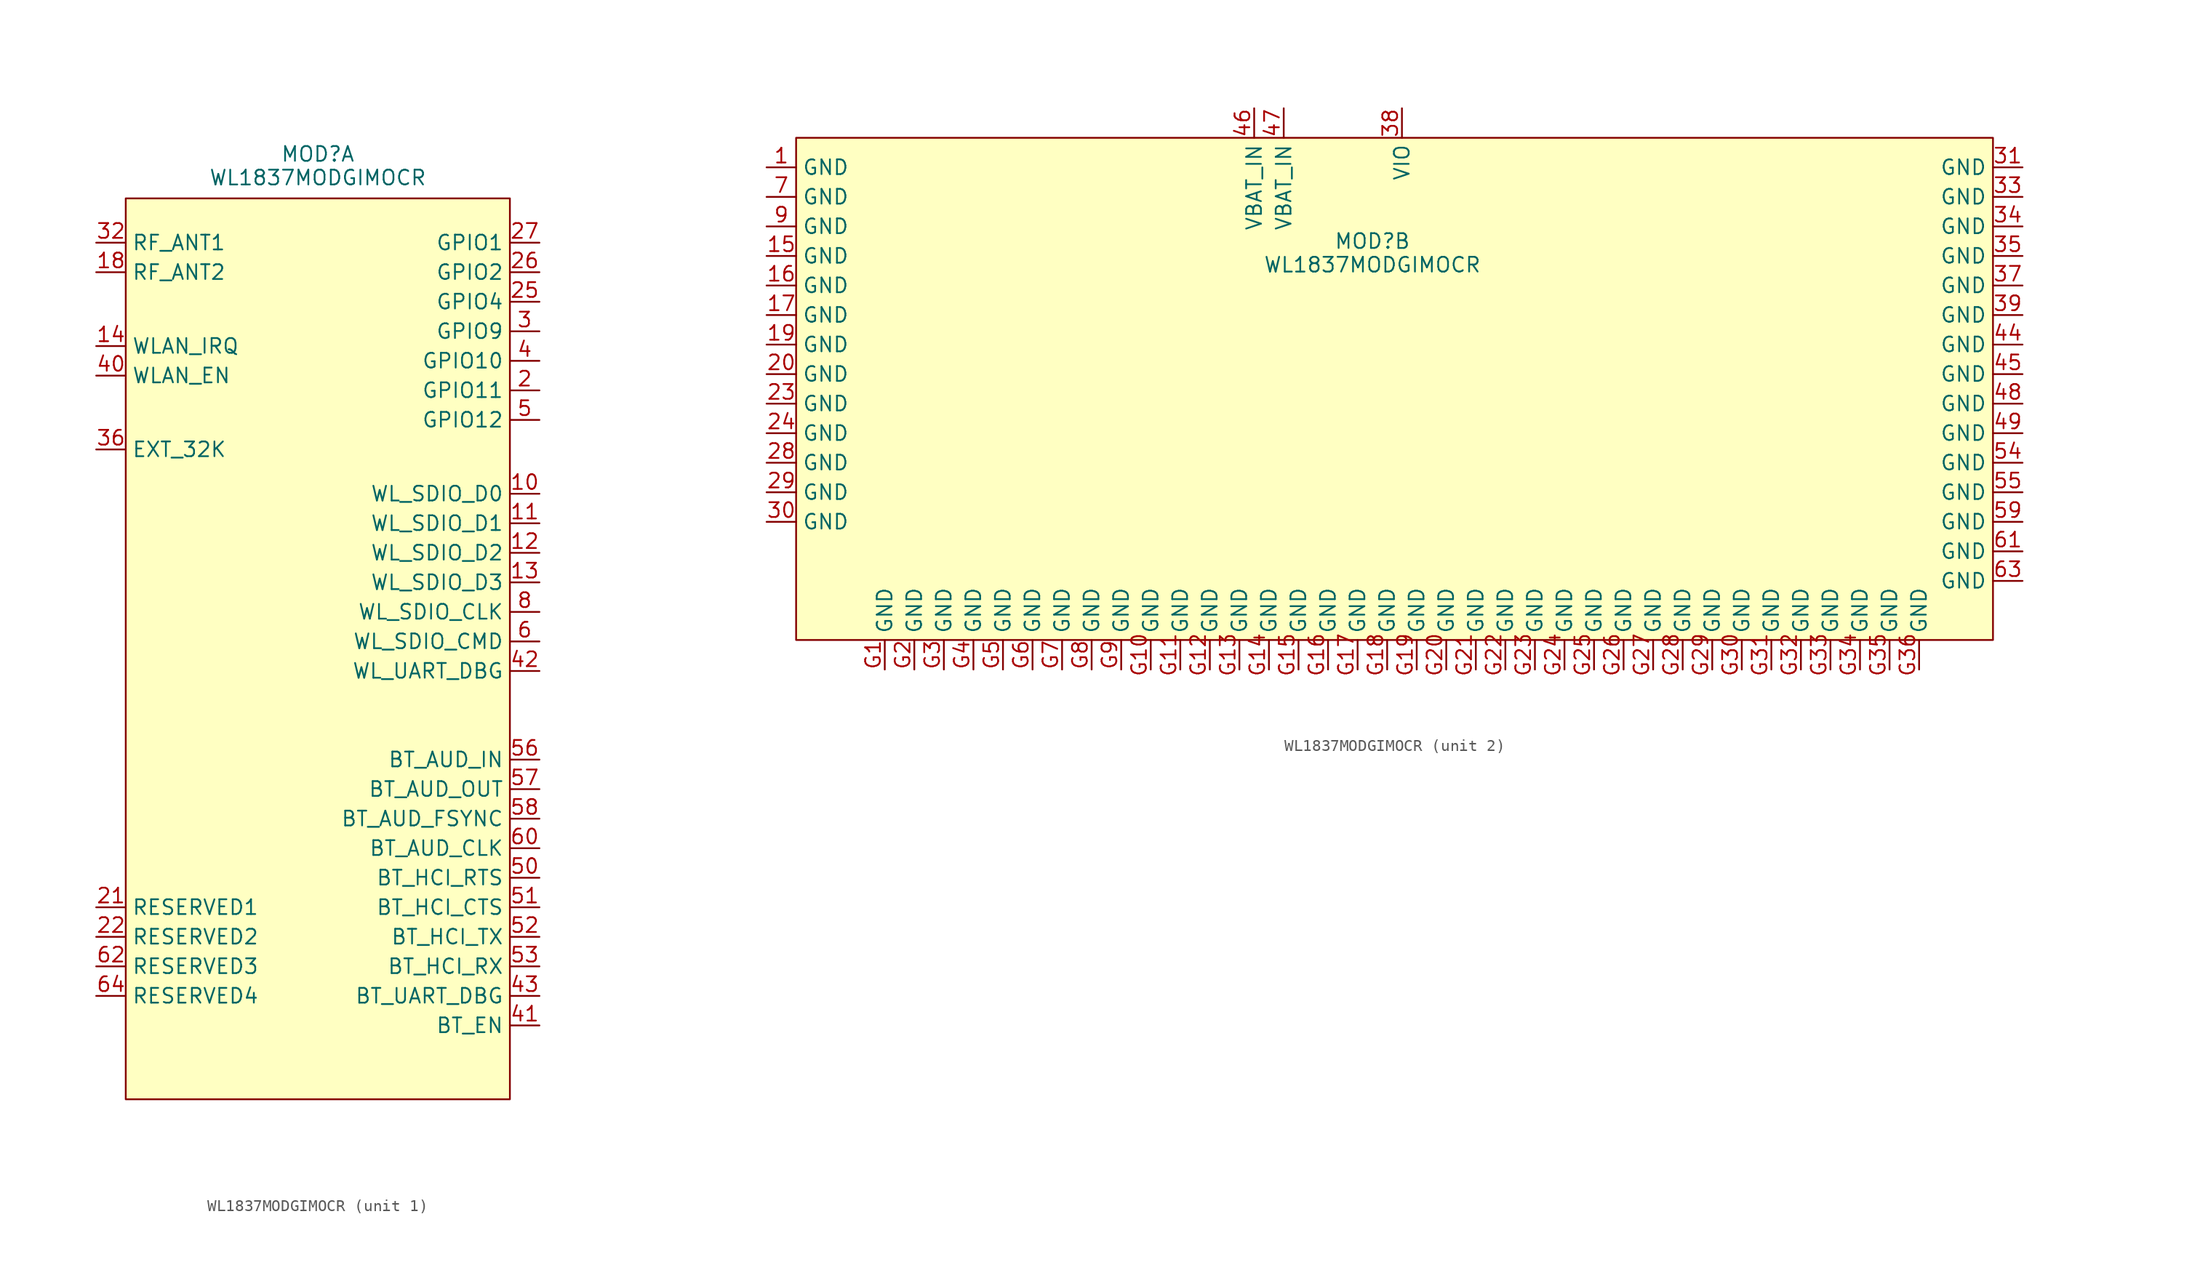
<source format=kicad_sym>
(kicad_symbol_lib
  (version 20241209)
  (generator "kicad_symbol_editor")
  (generator_version "9.0")
  (symbol "WL1837MODGIMOCR"
    (property "Reference" "MOD"
      (at 0 0 0)
      (effects (font (size 1.27 1.27))))
    (property "Value" "WL1837MODGIMOCR"
      (at 0 -2.032 0)
      (effects (font (size 1.27 1.27))))
    (property "ki_locked" ""
      (at 0 0 0)
      (effects (font (size 1.27 1.27))))
    (symbol "WL1837MODGIMOCR_1_0"
      (pin passive line (at -19.05 -7.62 0) (length 2.54) (name "RF_ANT1" (effects (font (size 1.27 1.27)))) (number "32" (effects (font (size 1.27 1.27)))))
      (pin passive line (at -19.05 -10.16 0) (length 2.54) (name "RF_ANT2" (effects (font (size 1.27 1.27)))) (number "18" (effects (font (size 1.27 1.27)))))
      (pin passive line (at -19.05 -16.51 0) (length 2.54) (name "WLAN_IRQ" (effects (font (size 1.27 1.27)))) (number "14" (effects (font (size 1.27 1.27)))))
      (pin passive line (at -19.05 -19.05 0) (length 2.54) (name "WLAN_EN" (effects (font (size 1.27 1.27)))) (number "40" (effects (font (size 1.27 1.27)))))
      (pin passive line (at -19.05 -25.4 0) (length 2.54) (name "EXT_32K" (effects (font (size 1.27 1.27)))) (number "36" (effects (font (size 1.27 1.27)))))
      (pin passive line (at -19.05 -64.77 0) (length 2.54) (name "RESERVED1" (effects (font (size 1.27 1.27)))) (number "21" (effects (font (size 1.27 1.27)))))
      (pin passive line (at -19.05 -67.31 0) (length 2.54) (name "RESERVED2" (effects (font (size 1.27 1.27)))) (number "22" (effects (font (size 1.27 1.27)))))
      (pin passive line (at -19.05 -69.85 0) (length 2.54) (name "RESERVED3" (effects (font (size 1.27 1.27)))) (number "62" (effects (font (size 1.27 1.27)))))
      (pin passive line (at -19.05 -72.39 0) (length 2.54) (name "RESERVED4" (effects (font (size 1.27 1.27)))) (number "64" (effects (font (size 1.27 1.27)))))
      (pin passive line (at 19.05 -7.62 180) (length 2.54) (name "GPIO1" (effects (font (size 1.27 1.27)))) (number "27" (effects (font (size 1.27 1.27)))))
      (pin passive line (at 19.05 -10.16 180) (length 2.54) (name "GPIO2" (effects (font (size 1.27 1.27)))) (number "26" (effects (font (size 1.27 1.27)))))
      (pin passive line (at 19.05 -12.7 180) (length 2.54) (name "GPIO4" (effects (font (size 1.27 1.27)))) (number "25" (effects (font (size 1.27 1.27)))))
      (pin passive line (at 19.05 -15.24 180) (length 2.54) (name "GPIO9" (effects (font (size 1.27 1.27)))) (number "3" (effects (font (size 1.27 1.27)))))
      (pin passive line (at 19.05 -17.78 180) (length 2.54) (name "GPIO10" (effects (font (size 1.27 1.27)))) (number "4" (effects (font (size 1.27 1.27)))))
      (pin passive line (at 19.05 -20.32 180) (length 2.54) (name "GPIO11" (effects (font (size 1.27 1.27)))) (number "2" (effects (font (size 1.27 1.27)))))
      (pin passive line (at 19.05 -22.86 180) (length 2.54) (name "GPIO12" (effects (font (size 1.27 1.27)))) (number "5" (effects (font (size 1.27 1.27)))))
      (pin passive line (at 19.05 -29.21 180) (length 2.54) (name "WL_SDIO_D0" (effects (font (size 1.27 1.27)))) (number "10" (effects (font (size 1.27 1.27)))))
      (pin passive line (at 19.05 -31.75 180) (length 2.54) (name "WL_SDIO_D1" (effects (font (size 1.27 1.27)))) (number "11" (effects (font (size 1.27 1.27)))))
      (pin passive line (at 19.05 -34.29 180) (length 2.54) (name "WL_SDIO_D2" (effects (font (size 1.27 1.27)))) (number "12" (effects (font (size 1.27 1.27)))))
      (pin passive line (at 19.05 -36.83 180) (length 2.54) (name "WL_SDIO_D3" (effects (font (size 1.27 1.27)))) (number "13" (effects (font (size 1.27 1.27)))))
      (pin passive line (at 19.05 -39.37 180) (length 2.54) (name "WL_SDIO_CLK" (effects (font (size 1.27 1.27)))) (number "8" (effects (font (size 1.27 1.27)))))
      (pin passive line (at 19.05 -41.91 180) (length 2.54) (name "WL_SDIO_CMD" (effects (font (size 1.27 1.27)))) (number "6" (effects (font (size 1.27 1.27)))))
      (pin passive line (at 19.05 -44.45 180) (length 2.54) (name "WL_UART_DBG" (effects (font (size 1.27 1.27)))) (number "42" (effects (font (size 1.27 1.27)))))
      (pin passive line (at 19.05 -52.07 180) (length 2.54) (name "BT_AUD_IN" (effects (font (size 1.27 1.27)))) (number "56" (effects (font (size 1.27 1.27)))))
      (pin passive line (at 19.05 -54.61 180) (length 2.54) (name "BT_AUD_OUT" (effects (font (size 1.27 1.27)))) (number "57" (effects (font (size 1.27 1.27)))))
      (pin passive line (at 19.05 -57.15 180) (length 2.54) (name "BT_AUD_FSYNC" (effects (font (size 1.27 1.27)))) (number "58" (effects (font (size 1.27 1.27)))))
      (pin passive line (at 19.05 -59.69 180) (length 2.54) (name "BT_AUD_CLK" (effects (font (size 1.27 1.27)))) (number "60" (effects (font (size 1.27 1.27)))))
      (pin passive line (at 19.05 -62.23 180) (length 2.54) (name "BT_HCI_RTS" (effects (font (size 1.27 1.27)))) (number "50" (effects (font (size 1.27 1.27)))))
      (pin passive line (at 19.05 -64.77 180) (length 2.54) (name "BT_HCI_CTS" (effects (font (size 1.27 1.27)))) (number "51" (effects (font (size 1.27 1.27)))))
      (pin passive line (at 19.05 -67.31 180) (length 2.54) (name "BT_HCI_TX" (effects (font (size 1.27 1.27)))) (number "52" (effects (font (size 1.27 1.27)))))
      (pin passive line (at 19.05 -69.85 180) (length 2.54) (name "BT_HCI_RX" (effects (font (size 1.27 1.27)))) (number "53" (effects (font (size 1.27 1.27)))))
      (pin passive line (at 19.05 -72.39 180) (length 2.54) (name "BT_UART_DBG" (effects (font (size 1.27 1.27)))) (number "43" (effects (font (size 1.27 1.27)))))
      (pin passive line (at 19.05 -74.93 180) (length 2.54) (name "BT_EN" (effects (font (size 1.27 1.27)))) (number "41" (effects (font (size 1.27 1.27))))))
    (symbol "WL1837MODGIMOCR_1_1"
      (rectangle (start -16.51 -3.81) (end 16.51 -81.28) (stroke (width 0) (type solid)) (fill (type background))))
    (symbol "WL1837MODGIMOCR_2_0"
      (pin passive line (at -52.07 6.35 0) (length 2.54) (name "GND" (effects (font (size 1.27 1.27)))) (number "1" (effects (font (size 1.27 1.27)))))
      (pin passive line (at -52.07 3.81 0) (length 2.54) (name "GND" (effects (font (size 1.27 1.27)))) (number "7" (effects (font (size 1.27 1.27)))))
      (pin passive line (at -52.07 1.27 0) (length 2.54) (name "GND" (effects (font (size 1.27 1.27)))) (number "9" (effects (font (size 1.27 1.27)))))
      (pin passive line (at -52.07 -1.27 0) (length 2.54) (name "GND" (effects (font (size 1.27 1.27)))) (number "15" (effects (font (size 1.27 1.27)))))
      (pin passive line (at -52.07 -3.81 0) (length 2.54) (name "GND" (effects (font (size 1.27 1.27)))) (number "16" (effects (font (size 1.27 1.27)))))
      (pin passive line (at -52.07 -6.35 0) (length 2.54) (name "GND" (effects (font (size 1.27 1.27)))) (number "17" (effects (font (size 1.27 1.27)))))
      (pin passive line (at -52.07 -8.89 0) (length 2.54) (name "GND" (effects (font (size 1.27 1.27)))) (number "19" (effects (font (size 1.27 1.27)))))
      (pin passive line (at -52.07 -11.43 0) (length 2.54) (name "GND" (effects (font (size 1.27 1.27)))) (number "20" (effects (font (size 1.27 1.27)))))
      (pin passive line (at -52.07 -13.97 0) (length 2.54) (name "GND" (effects (font (size 1.27 1.27)))) (number "23" (effects (font (size 1.27 1.27)))))
      (pin passive line (at -52.07 -16.51 0) (length 2.54) (name "GND" (effects (font (size 1.27 1.27)))) (number "24" (effects (font (size 1.27 1.27)))))
      (pin passive line (at -52.07 -19.05 0) (length 2.54) (name "GND" (effects (font (size 1.27 1.27)))) (number "28" (effects (font (size 1.27 1.27)))))
      (pin passive line (at -52.07 -21.59 0) (length 2.54) (name "GND" (effects (font (size 1.27 1.27)))) (number "29" (effects (font (size 1.27 1.27)))))
      (pin passive line (at -52.07 -24.13 0) (length 2.54) (name "GND" (effects (font (size 1.27 1.27)))) (number "30" (effects (font (size 1.27 1.27)))))
      (pin passive line (at -41.91 -36.83 90) (length 2.54) (name "GND" (effects (font (size 1.27 1.27)))) (number "G1" (effects (font (size 1.27 1.27)))))
      (pin passive line (at -39.37 -36.83 90) (length 2.54) (name "GND" (effects (font (size 1.27 1.27)))) (number "G2" (effects (font (size 1.27 1.27)))))
      (pin passive line (at -36.83 -36.83 90) (length 2.54) (name "GND" (effects (font (size 1.27 1.27)))) (number "G3" (effects (font (size 1.27 1.27)))))
      (pin passive line (at -34.29 -36.83 90) (length 2.54) (name "GND" (effects (font (size 1.27 1.27)))) (number "G4" (effects (font (size 1.27 1.27)))))
      (pin passive line (at -31.75 -36.83 90) (length 2.54) (name "GND" (effects (font (size 1.27 1.27)))) (number "G5" (effects (font (size 1.27 1.27)))))
      (pin passive line (at -29.21 -36.83 90) (length 2.54) (name "GND" (effects (font (size 1.27 1.27)))) (number "G6" (effects (font (size 1.27 1.27)))))
      (pin passive line (at -26.67 -36.83 90) (length 2.54) (name "GND" (effects (font (size 1.27 1.27)))) (number "G7" (effects (font (size 1.27 1.27)))))
      (pin passive line (at -24.13 -36.83 90) (length 2.54) (name "GND" (effects (font (size 1.27 1.27)))) (number "G8" (effects (font (size 1.27 1.27)))))
      (pin passive line (at -21.59 -36.83 90) (length 2.54) (name "GND" (effects (font (size 1.27 1.27)))) (number "G9" (effects (font (size 1.27 1.27)))))
      (pin passive line (at -19.05 -36.83 90) (length 2.54) (name "GND" (effects (font (size 1.27 1.27)))) (number "G10" (effects (font (size 1.27 1.27)))))
      (pin passive line (at -16.51 -36.83 90) (length 2.54) (name "GND" (effects (font (size 1.27 1.27)))) (number "G11" (effects (font (size 1.27 1.27)))))
      (pin passive line (at -13.97 -36.83 90) (length 2.54) (name "GND" (effects (font (size 1.27 1.27)))) (number "G12" (effects (font (size 1.27 1.27)))))
      (pin passive line (at -11.43 -36.83 90) (length 2.54) (name "GND" (effects (font (size 1.27 1.27)))) (number "G13" (effects (font (size 1.27 1.27)))))
      (pin passive line (at -8.89 -36.83 90) (length 2.54) (name "GND" (effects (font (size 1.27 1.27)))) (number "G14" (effects (font (size 1.27 1.27)))))
      (pin passive line (at -6.35 -36.83 90) (length 2.54) (name "GND" (effects (font (size 1.27 1.27)))) (number "G15" (effects (font (size 1.27 1.27)))))
      (pin passive line (at -3.81 -36.83 90) (length 2.54) (name "GND" (effects (font (size 1.27 1.27)))) (number "G16" (effects (font (size 1.27 1.27)))))
      (pin passive line (at -1.27 -36.83 90) (length 2.54) (name "GND" (effects (font (size 1.27 1.27)))) (number "G17" (effects (font (size 1.27 1.27)))))
      (pin passive line (at 1.27 -36.83 90) (length 2.54) (name "GND" (effects (font (size 1.27 1.27)))) (number "G18" (effects (font (size 1.27 1.27)))))
      (pin passive line (at 3.81 -36.83 90) (length 2.54) (name "GND" (effects (font (size 1.27 1.27)))) (number "G19" (effects (font (size 1.27 1.27)))))
      (pin passive line (at 6.35 -36.83 90) (length 2.54) (name "GND" (effects (font (size 1.27 1.27)))) (number "G20" (effects (font (size 1.27 1.27)))))
      (pin passive line (at 8.89 -36.83 90) (length 2.54) (name "GND" (effects (font (size 1.27 1.27)))) (number "G21" (effects (font (size 1.27 1.27)))))
      (pin passive line (at 11.43 -36.83 90) (length 2.54) (name "GND" (effects (font (size 1.27 1.27)))) (number "G22" (effects (font (size 1.27 1.27)))))
      (pin passive line (at 13.97 -36.83 90) (length 2.54) (name "GND" (effects (font (size 1.27 1.27)))) (number "G23" (effects (font (size 1.27 1.27)))))
      (pin passive line (at 16.51 -36.83 90) (length 2.54) (name "GND" (effects (font (size 1.27 1.27)))) (number "G24" (effects (font (size 1.27 1.27)))))
      (pin passive line (at 19.05 -36.83 90) (length 2.54) (name "GND" (effects (font (size 1.27 1.27)))) (number "G25" (effects (font (size 1.27 1.27)))))
      (pin passive line (at 21.59 -36.83 90) (length 2.54) (name "GND" (effects (font (size 1.27 1.27)))) (number "G26" (effects (font (size 1.27 1.27)))))
      (pin passive line (at 24.13 -36.83 90) (length 2.54) (name "GND" (effects (font (size 1.27 1.27)))) (number "G27" (effects (font (size 1.27 1.27)))))
      (pin passive line (at 26.67 -36.83 90) (length 2.54) (name "GND" (effects (font (size 1.27 1.27)))) (number "G28" (effects (font (size 1.27 1.27)))))
      (pin passive line (at 29.21 -36.83 90) (length 2.54) (name "GND" (effects (font (size 1.27 1.27)))) (number "G29" (effects (font (size 1.27 1.27)))))
      (pin passive line (at 31.75 -36.83 90) (length 2.54) (name "GND" (effects (font (size 1.27 1.27)))) (number "G30" (effects (font (size 1.27 1.27)))))
      (pin passive line (at 34.29 -36.83 90) (length 2.54) (name "GND" (effects (font (size 1.27 1.27)))) (number "G31" (effects (font (size 1.27 1.27)))))
      (pin passive line (at 36.83 -36.83 90) (length 2.54) (name "GND" (effects (font (size 1.27 1.27)))) (number "G32" (effects (font (size 1.27 1.27)))))
      (pin passive line (at 39.37 -36.83 90) (length 2.54) (name "GND" (effects (font (size 1.27 1.27)))) (number "G33" (effects (font (size 1.27 1.27)))))
      (pin passive line (at 41.91 -36.83 90) (length 2.54) (name "GND" (effects (font (size 1.27 1.27)))) (number "G34" (effects (font (size 1.27 1.27)))))
      (pin passive line (at 44.45 -36.83 90) (length 2.54) (name "GND" (effects (font (size 1.27 1.27)))) (number "G35" (effects (font (size 1.27 1.27)))))
      (pin passive line (at 46.99 -36.83 90) (length 2.54) (name "GND" (effects (font (size 1.27 1.27)))) (number "G36" (effects (font (size 1.27 1.27)))))
      (pin passive line (at 55.88 6.35 180) (length 2.54) (name "GND" (effects (font (size 1.27 1.27)))) (number "31" (effects (font (size 1.27 1.27)))))
      (pin passive line (at 55.88 3.81 180) (length 2.54) (name "GND" (effects (font (size 1.27 1.27)))) (number "33" (effects (font (size 1.27 1.27)))))
      (pin passive line (at 55.88 1.27 180) (length 2.54) (name "GND" (effects (font (size 1.27 1.27)))) (number "34" (effects (font (size 1.27 1.27)))))
      (pin passive line (at 55.88 -1.27 180) (length 2.54) (name "GND" (effects (font (size 1.27 1.27)))) (number "35" (effects (font (size 1.27 1.27)))))
      (pin passive line (at 55.88 -3.81 180) (length 2.54) (name "GND" (effects (font (size 1.27 1.27)))) (number "37" (effects (font (size 1.27 1.27)))))
      (pin passive line (at 55.88 -6.35 180) (length 2.54) (name "GND" (effects (font (size 1.27 1.27)))) (number "39" (effects (font (size 1.27 1.27)))))
      (pin passive line (at 55.88 -8.89 180) (length 2.54) (name "GND" (effects (font (size 1.27 1.27)))) (number "44" (effects (font (size 1.27 1.27)))))
      (pin passive line (at 55.88 -11.43 180) (length 2.54) (name "GND" (effects (font (size 1.27 1.27)))) (number "45" (effects (font (size 1.27 1.27)))))
      (pin passive line (at 55.88 -13.97 180) (length 2.54) (name "GND" (effects (font (size 1.27 1.27)))) (number "48" (effects (font (size 1.27 1.27)))))
      (pin passive line (at 55.88 -16.51 180) (length 2.54) (name "GND" (effects (font (size 1.27 1.27)))) (number "49" (effects (font (size 1.27 1.27)))))
      (pin passive line (at 55.88 -19.05 180) (length 2.54) (name "GND" (effects (font (size 1.27 1.27)))) (number "54" (effects (font (size 1.27 1.27)))))
      (pin passive line (at 55.88 -21.59 180) (length 2.54) (name "GND" (effects (font (size 1.27 1.27)))) (number "55" (effects (font (size 1.27 1.27)))))
      (pin passive line (at 55.88 -24.13 180) (length 2.54) (name "GND" (effects (font (size 1.27 1.27)))) (number "59" (effects (font (size 1.27 1.27)))))
      (pin passive line (at 55.88 -26.67 180) (length 2.54) (name "GND" (effects (font (size 1.27 1.27)))) (number "61" (effects (font (size 1.27 1.27)))))
      (pin passive line (at 55.88 -29.21 180) (length 2.54) (name "GND" (effects (font (size 1.27 1.27)))) (number "63" (effects (font (size 1.27 1.27))))))
    (symbol "WL1837MODGIMOCR_2_1"
      (rectangle (start -49.53 8.89) (end 53.34 -34.29) (stroke (width 0) (type solid)) (fill (type background)))
      (pin passive line (at -10.16 11.43 270) (length 2.54) (name "VBAT_IN" (effects (font (size 1.27 1.27)))) (number "46" (effects (font (size 1.27 1.27)))))
      (pin passive line (at -7.62 11.43 270) (length 2.54) (name "VBAT_IN" (effects (font (size 1.27 1.27)))) (number "47" (effects (font (size 1.27 1.27)))))
      (pin passive line (at 2.54 11.43 270) (length 2.54) (name "VIO" (effects (font (size 1.27 1.27)))) (number "38" (effects (font (size 1.27 1.27))))))))
</source>
